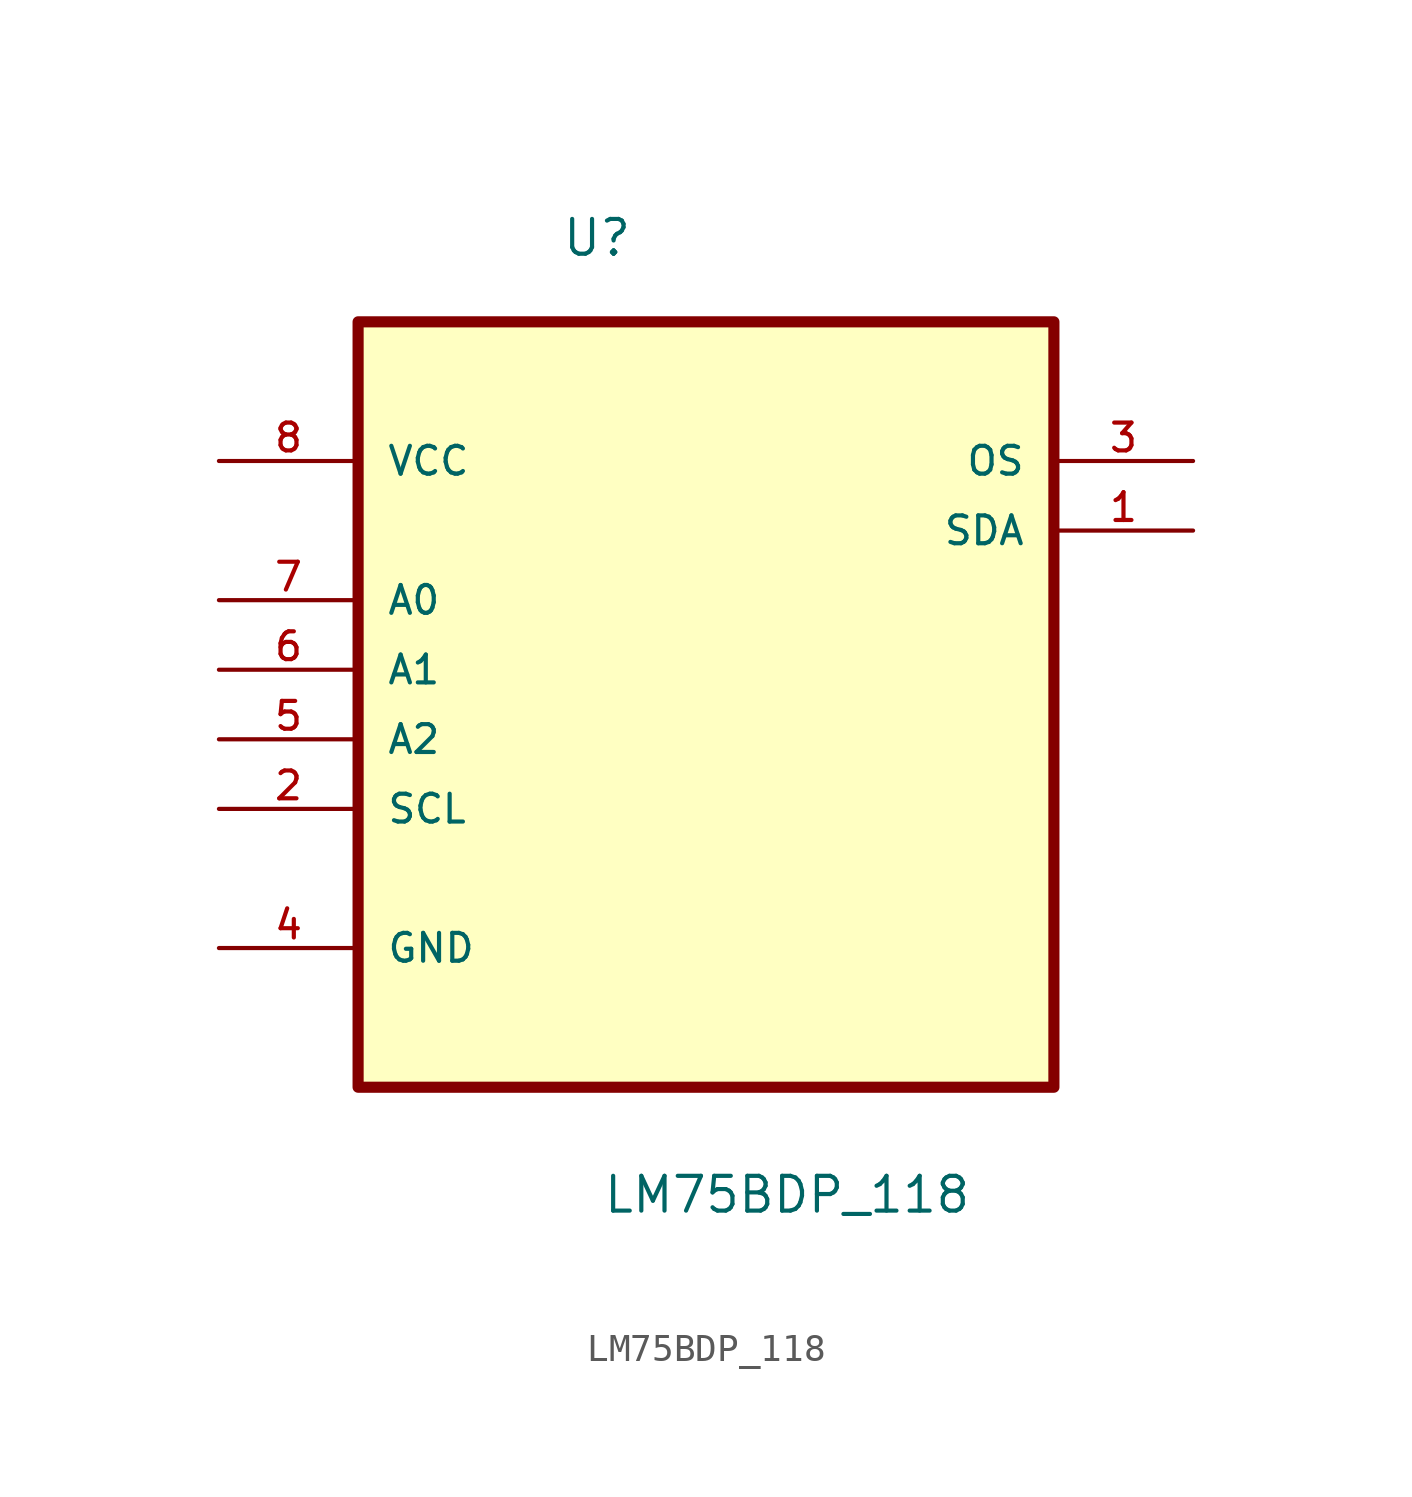
<source format=kicad_sym>
(kicad_symbol_lib
  (version 20211014)
  (generator kicad_symbol_editor)
  (symbol "LM75BDP_118"
    (pin_names
      (offset 1.016))
    (property "Reference" "U"
      (at -5.288 12.483 0.0)
      (effects (font (size 1.27 1.27)) (justify bottom left)))
    (property "Value" "LM75BDP_118"
      (at -3.792 -22.448 0.0)
      (effects (font (size 1.27 1.27)) (justify bottom left)))
    (symbol "LM75BDP_118_0_0"
      (rectangle (start -12.7 -17.78) (end 12.7 10.16) (stroke (width 0.406)) (fill (type background)))
      (pin power_in line (at -17.78 5.08 0) (length 5.08) (name "VCC" (effects (font (size 1.016 1.016)))) (number "8" (effects (font (size 1.016 1.016)))))
      (pin input line (at -17.78 0.0 0) (length 5.08) (name "A0" (effects (font (size 1.016 1.016)))) (number "7" (effects (font (size 1.016 1.016)))))
      (pin input line (at -17.78 -2.54 0) (length 5.08) (name "A1" (effects (font (size 1.016 1.016)))) (number "6" (effects (font (size 1.016 1.016)))))
      (pin input line (at -17.78 -5.08 0) (length 5.08) (name "A2" (effects (font (size 1.016 1.016)))) (number "5" (effects (font (size 1.016 1.016)))))
      (pin input line (at -17.78 -7.62 0) (length 5.08) (name "SCL" (effects (font (size 1.016 1.016)))) (number "2" (effects (font (size 1.016 1.016)))))
      (pin passive line (at -17.78 -12.7 0) (length 5.08) (name "GND" (effects (font (size 1.016 1.016)))) (number "4" (effects (font (size 1.016 1.016)))))
      (pin output line (at 17.78 5.08 180.0) (length 5.08) (name "OS" (effects (font (size 1.016 1.016)))) (number "3" (effects (font (size 1.016 1.016)))))
      (pin bidirectional line (at 17.78 2.54 180.0) (length 5.08) (name "SDA" (effects (font (size 1.016 1.016)))) (number "1" (effects (font (size 1.016 1.016))))))))
</source>
